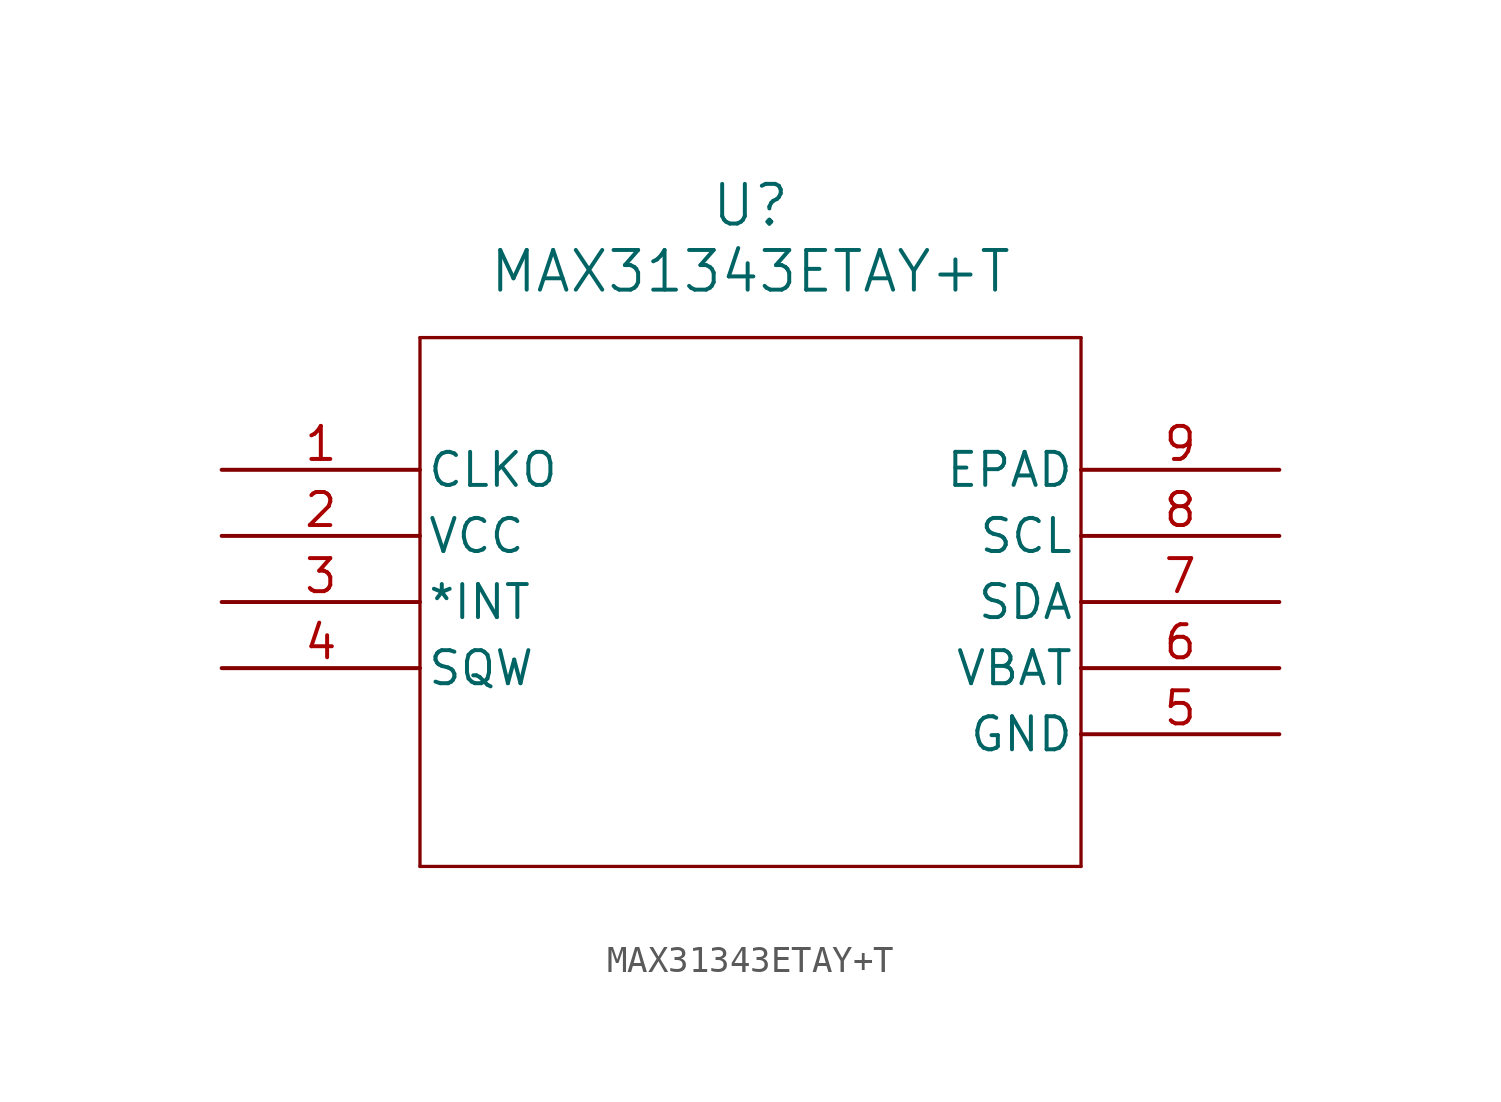
<source format=kicad_sym>
(kicad_symbol_lib
  (version 20211014)
  (generator kicad_symbol_editor)
  (symbol "MAX31343ETAY+T"
    (pin_names
      (offset 0.254))
    (property "Reference" "U"
      (at 20.32 10.16 0)
      (effects (font (size 1.524 1.524))))
    (property "Value" "MAX31343ETAY+T"
      (at 20.32 7.62 0)
      (effects (font (size 1.524 1.524))))
    (symbol "MAX31343ETAY+T_0_1"
      (polyline (pts (xy 7.62 5.08) (xy 7.62 -15.24)) (stroke (width 0.127) (type default) (color 0 0 0 0)) (fill (type none)))
      (polyline (pts (xy 7.62 -15.24) (xy 33.02 -15.24)) (stroke (width 0.127) (type default) (color 0 0 0 0)) (fill (type none)))
      (polyline (pts (xy 33.02 -15.24) (xy 33.02 5.08)) (stroke (width 0.127) (type default) (color 0 0 0 0)) (fill (type none)))
      (polyline (pts (xy 33.02 5.08) (xy 7.62 5.08)) (stroke (width 0.127) (type default) (color 0 0 0 0)) (fill (type none)))
      (pin output line (at 0 0 0) (length 7.62) (name "CLKO" (effects (font (size 1.27 1.27)))) (number "1" (effects (font (size 1.27 1.27)))))
      (pin power_in line (at 0 -2.54 0) (length 7.62) (name "VCC" (effects (font (size 1.27 1.27)))) (number "2" (effects (font (size 1.27 1.27)))))
      (pin unspecified line (at 0 -5.08 0) (length 7.62) (name "*INT" (effects (font (size 1.27 1.27)))) (number "3" (effects (font (size 1.27 1.27)))))
      (pin output line (at 0 -7.62 0) (length 7.62) (name "SQW" (effects (font (size 1.27 1.27)))) (number "4" (effects (font (size 1.27 1.27)))))
      (pin power_in line (at 40.64 -10.16 180) (length 7.62) (name "GND" (effects (font (size 1.27 1.27)))) (number "5" (effects (font (size 1.27 1.27)))))
      (pin input line (at 40.64 -7.62 180) (length 7.62) (name "VBAT" (effects (font (size 1.27 1.27)))) (number "6" (effects (font (size 1.27 1.27)))))
      (pin bidirectional line (at 40.64 -5.08 180) (length 7.62) (name "SDA" (effects (font (size 1.27 1.27)))) (number "7" (effects (font (size 1.27 1.27)))))
      (pin input line (at 40.64 -2.54 180) (length 7.62) (name "SCL" (effects (font (size 1.27 1.27)))) (number "8" (effects (font (size 1.27 1.27)))))
      (pin power_in line (at 40.64 0 180) (length 7.62) (name "EPAD" (effects (font (size 1.27 1.27)))) (number "9" (effects (font (size 1.27 1.27))))))))
</source>
